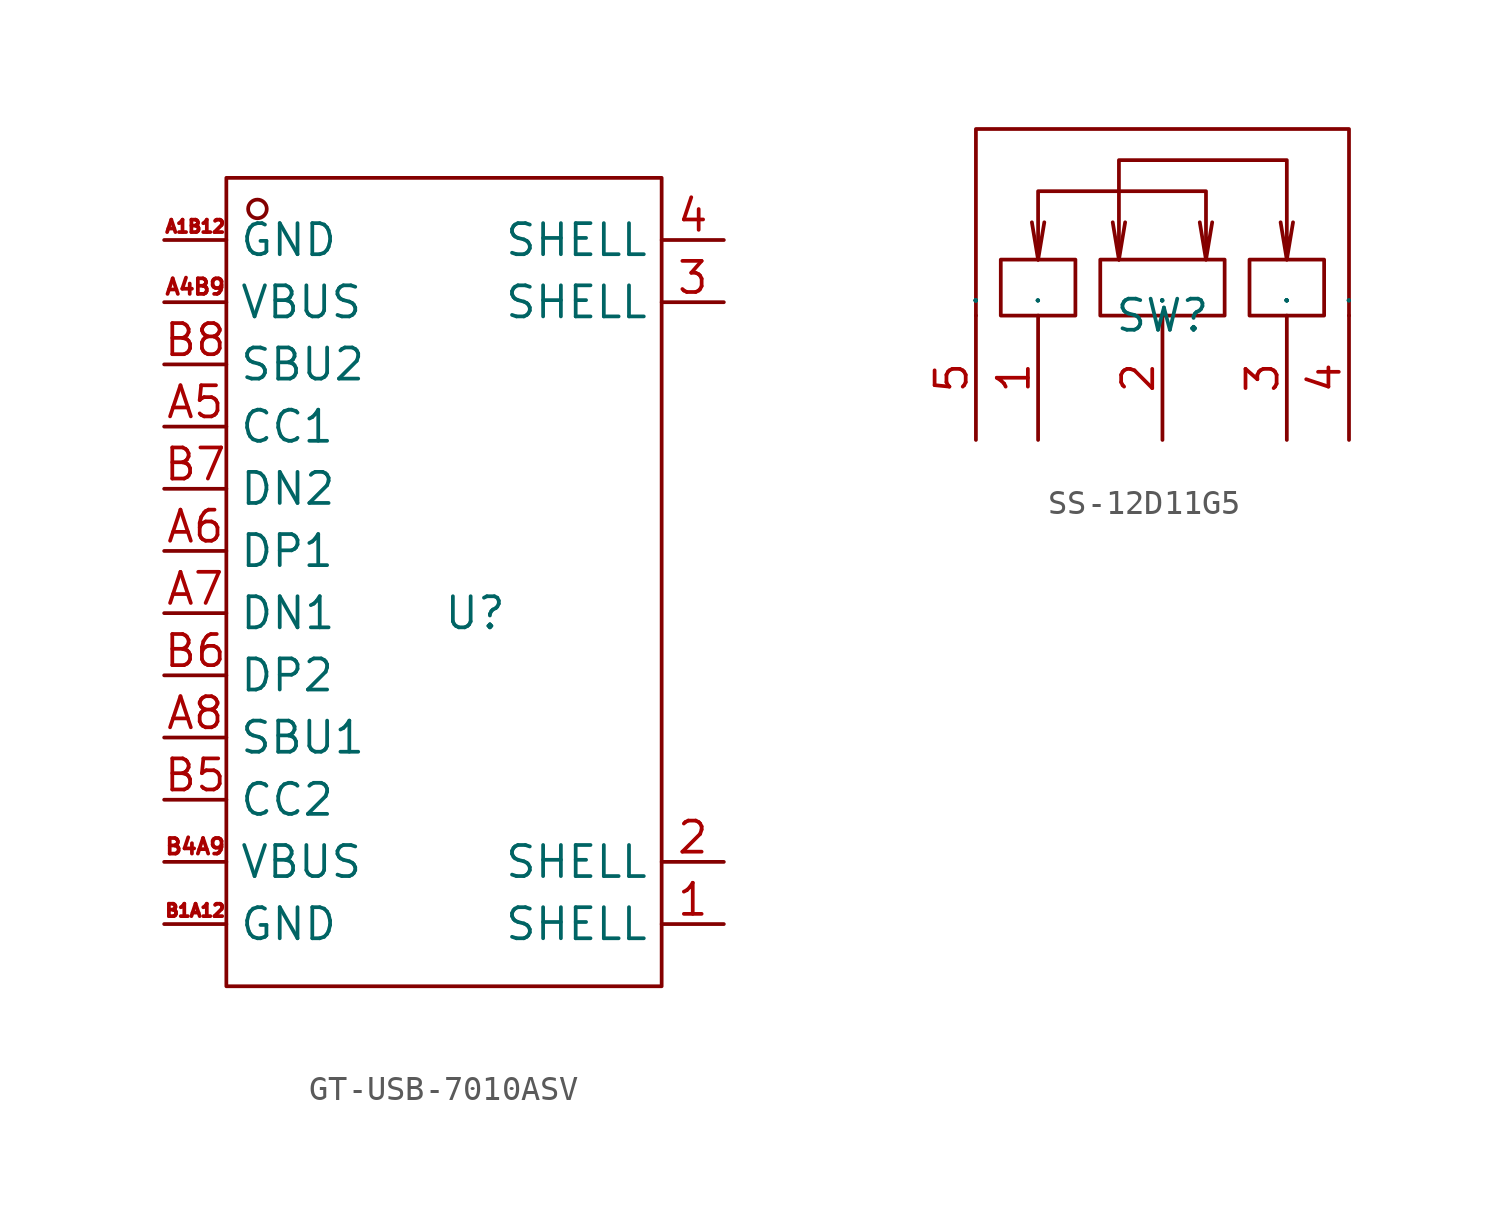
<source format=kicad_sym>
(kicad_symbol_lib
  (version 20241209)
  (generator "kicad_symbol_editor")
  (generator_version "9.0")
  (symbol "GT-USB-7010ASV"
    (property "Reference" "U"
      (at 0 0 0)
      (effects (font (size 1.27 1.27))))
    (property "Value" ""
      (at 0 0 0)
      (effects (font (size 1.27 1.27))))
    (symbol "GT-USB-7010ASV_1_0"
      (rectangle (start -10.16 -15.24) (end 7.62 17.78) (stroke (width 0) (type default)) (fill (type none)))
      (circle (center -8.89 16.51) (radius 0.381) (stroke (width 0) (type default)) (fill (type none)))
      (pin unspecified line (at -12.7 15.24 0) (length 2.54) (name "GND" (effects (font (size 1.27 1.27)))) (number "A1B12" (effects (font (size 0.508 0.508)))))
      (pin unspecified line (at -12.7 12.7 0) (length 2.54) (name "VBUS" (effects (font (size 1.27 1.27)))) (number "A4B9" (effects (font (size 0.635 0.635)))))
      (pin unspecified line (at -12.7 10.16 0) (length 2.54) (name "SBU2" (effects (font (size 1.27 1.27)))) (number "B8" (effects (font (size 1.27 1.27)))))
      (pin unspecified line (at -12.7 7.62 0) (length 2.54) (name "CC1" (effects (font (size 1.27 1.27)))) (number "A5" (effects (font (size 1.27 1.27)))))
      (pin unspecified line (at -12.7 5.08 0) (length 2.54) (name "DN2" (effects (font (size 1.27 1.27)))) (number "B7" (effects (font (size 1.27 1.27)))))
      (pin unspecified line (at -12.7 2.54 0) (length 2.54) (name "DP1" (effects (font (size 1.27 1.27)))) (number "A6" (effects (font (size 1.27 1.27)))))
      (pin unspecified line (at -12.7 0 0) (length 2.54) (name "DN1" (effects (font (size 1.27 1.27)))) (number "A7" (effects (font (size 1.27 1.27)))))
      (pin unspecified line (at -12.7 -2.54 0) (length 2.54) (name "DP2" (effects (font (size 1.27 1.27)))) (number "B6" (effects (font (size 1.27 1.27)))))
      (pin unspecified line (at -12.7 -5.08 0) (length 2.54) (name "SBU1" (effects (font (size 1.27 1.27)))) (number "A8" (effects (font (size 1.27 1.27)))))
      (pin unspecified line (at -12.7 -7.62 0) (length 2.54) (name "CC2" (effects (font (size 1.27 1.27)))) (number "B5" (effects (font (size 1.27 1.27)))))
      (pin unspecified line (at -12.7 -10.16 0) (length 2.54) (name "VBUS" (effects (font (size 1.27 1.27)))) (number "B4A9" (effects (font (size 0.635 0.635)))))
      (pin unspecified line (at -12.7 -12.7 0) (length 2.54) (name "GND" (effects (font (size 1.27 1.27)))) (number "B1A12" (effects (font (size 0.508 0.508)))))
      (pin unspecified line (at 10.16 15.24 180) (length 2.54) (name "SHELL" (effects (font (size 1.27 1.27)))) (number "4" (effects (font (size 1.27 1.27)))))
      (pin unspecified line (at 10.16 12.7 180) (length 2.54) (name "SHELL" (effects (font (size 1.27 1.27)))) (number "3" (effects (font (size 1.27 1.27)))))
      (pin unspecified line (at 10.16 -10.16 180) (length 2.54) (name "SHELL" (effects (font (size 1.27 1.27)))) (number "2" (effects (font (size 1.27 1.27)))))
      (pin unspecified line (at 10.16 -12.7 180) (length 2.54) (name "SHELL" (effects (font (size 1.27 1.27)))) (number "1" (effects (font (size 1.27 1.27)))))))
  (symbol "SS-12D11G5"
    (property "Reference" "SW"
      (at 0 0 0)
      (effects (font (size 1.27 1.27))))
    (property "Value" ""
      (at 0 0 0)
      (effects (font (size 1.27 1.27))))
    (symbol "SS-12D11G5_1_0"
      (polyline (pts (xy -7.62 0) (xy -7.62 7.62) (xy -7.62 7.62) (xy 7.62 7.62) (xy 7.62 7.62) (xy 7.62 0)) (stroke (width 0) (type default)) (fill (type none)))
      (rectangle (start -6.604 0) (end -3.556 2.286) (stroke (width 0) (type default)) (fill (type none)))
      (polyline (pts (xy -5.08 2.286) (xy -5.334 3.81)) (stroke (width 0) (type default)) (fill (type none)))
      (polyline (pts (xy -5.08 2.286) (xy -4.826 3.81)) (stroke (width 0) (type default)) (fill (type none)))
      (polyline (pts (xy -5.08 2.286) (xy -5.08 5.08) (xy -5.08 5.08) (xy 1.778 5.08) (xy 1.778 5.08) (xy 1.778 2.286) (xy 1.778 2.286) (xy 2.032 3.81)) (stroke (width 0) (type default)) (fill (type none)))
      (rectangle (start -2.54 0) (end 2.54 2.286) (stroke (width 0) (type default)) (fill (type none)))
      (polyline (pts (xy -1.778 2.286) (xy -2.032 3.81)) (stroke (width 0) (type default)) (fill (type none)))
      (polyline (pts (xy -1.778 2.286) (xy -1.524 3.81)) (stroke (width 0) (type default)) (fill (type none)))
      (polyline (pts (xy -1.778 2.286) (xy -1.778 6.35) (xy -1.778 6.35) (xy 5.08 6.35) (xy 5.08 6.35) (xy 5.08 2.286) (xy 5.08 2.286) (xy 5.334 3.81)) (stroke (width 0) (type default)) (fill (type none)))
      (polyline (pts (xy 1.778 2.286) (xy 1.524 3.81)) (stroke (width 0) (type default)) (fill (type none)))
      (rectangle (start 3.556 0) (end 6.604 2.286) (stroke (width 0) (type default)) (fill (type none)))
      (polyline (pts (xy 5.08 2.286) (xy 4.826 3.81)) (stroke (width 0) (type default)) (fill (type none)))
      (pin input line (at -7.62 -5.08 90) (length 5.08) (name "5" (effects (font (size 0.025 0.025)))) (number "5" (effects (font (size 1.27 1.27)))))
      (pin input line (at -5.08 -5.08 90) (length 5.08) (name "1" (effects (font (size 0.025 0.025)))) (number "1" (effects (font (size 1.27 1.27)))))
      (pin input line (at 0 -5.08 90) (length 5.08) (name "2" (effects (font (size 0.025 0.025)))) (number "2" (effects (font (size 1.27 1.27)))))
      (pin input line (at 5.08 -5.08 90) (length 5.08) (name "3" (effects (font (size 0.025 0.025)))) (number "3" (effects (font (size 1.27 1.27)))))
      (pin input line (at 7.62 -5.08 90) (length 5.08) (name "4" (effects (font (size 0.025 0.025)))) (number "4" (effects (font (size 1.27 1.27))))))))
</source>
